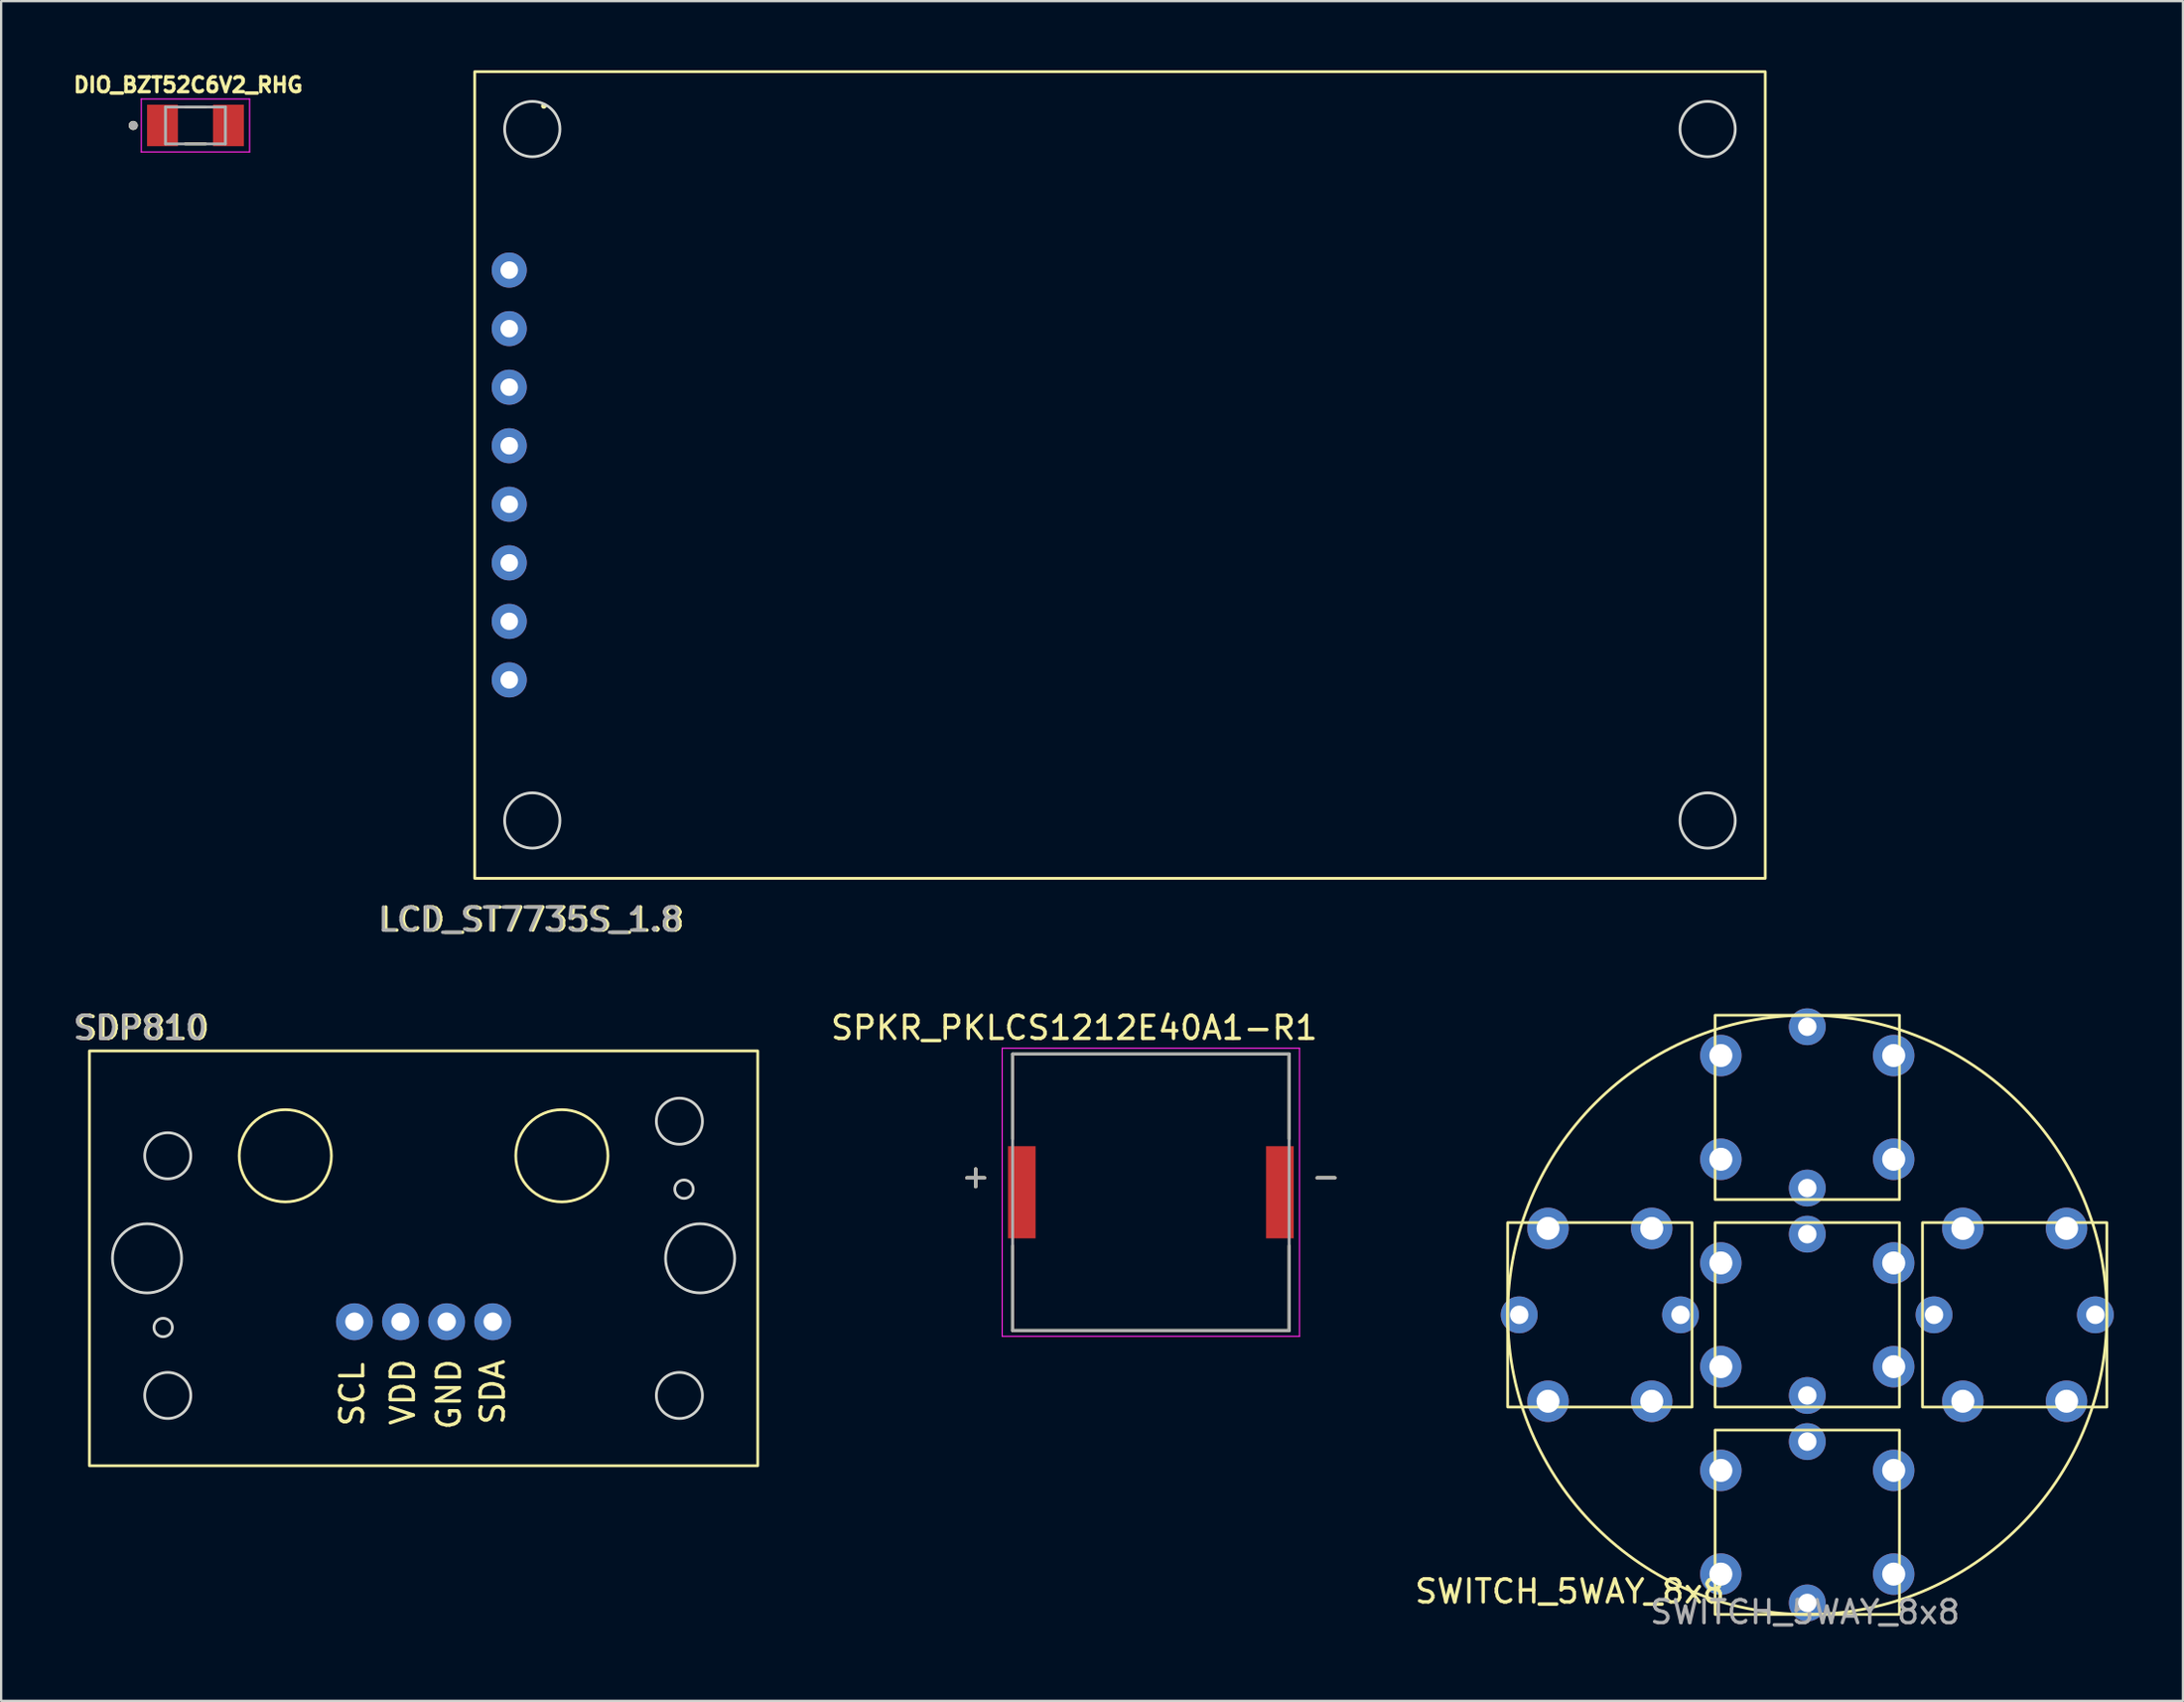
<source format=kicad_pcb>
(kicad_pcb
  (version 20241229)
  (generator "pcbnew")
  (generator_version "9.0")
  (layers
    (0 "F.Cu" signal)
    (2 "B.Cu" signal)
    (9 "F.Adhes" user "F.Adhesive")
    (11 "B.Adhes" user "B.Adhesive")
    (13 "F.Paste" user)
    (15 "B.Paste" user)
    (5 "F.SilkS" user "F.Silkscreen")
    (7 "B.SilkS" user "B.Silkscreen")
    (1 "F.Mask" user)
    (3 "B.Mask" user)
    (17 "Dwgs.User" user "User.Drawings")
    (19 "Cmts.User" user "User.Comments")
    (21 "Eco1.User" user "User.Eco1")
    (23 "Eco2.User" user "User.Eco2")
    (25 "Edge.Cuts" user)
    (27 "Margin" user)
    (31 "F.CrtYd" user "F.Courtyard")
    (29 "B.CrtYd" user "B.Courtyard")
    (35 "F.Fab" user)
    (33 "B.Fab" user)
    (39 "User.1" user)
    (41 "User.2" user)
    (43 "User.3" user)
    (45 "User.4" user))
  (footprint "SDP810"
    (layer "F.Cu")
    (at 15.33 51.547)
    (property "Reference" "SDP810" (at -12.2 -10 0) (unlocked yes) (layer "F.SilkS") (effects (font (size 1 1) (thickness 0.15))))
    (attr through_hole)
    (fp_rect (start -14.5 -9) (end 14.5 9) (stroke (width 0.12) (type solid)) (fill no) (layer "F.SilkS"))
    (fp_circle (center -6 -4.45) (end -4 -4.45) (stroke (width 0.12) (type solid)) (fill no) (layer "F.SilkS"))
    (fp_circle (center 6 -4.45) (end 8 -4.45) (stroke (width 0.12) (type solid)) (fill no) (layer "F.SilkS"))
    (fp_circle (center -12 0) (end -10.5 0) (stroke (width 0.12) (type solid)) (fill no) (layer "Edge.Cuts"))
    (fp_circle (center -11.3 3) (end -10.9 3) (stroke (width 0.12) (type solid)) (fill no) (layer "Edge.Cuts"))
    (fp_circle (center -11.1 -4.45) (end -10.1 -4.45) (stroke (width 0.12) (type solid)) (fill no) (layer "Edge.Cuts"))
    (fp_circle (center -11.1 5.95) (end -10.1 5.95) (stroke (width 0.12) (type solid)) (fill no) (layer "Edge.Cuts"))
    (fp_circle (center 11.1 -5.95) (end 12.1 -5.95) (stroke (width 0.12) (type solid)) (fill no) (layer "Edge.Cuts"))
    (fp_circle (center 11.1 5.95) (end 12.1 5.95) (stroke (width 0.12) (type solid)) (fill no) (layer "Edge.Cuts"))
    (fp_circle (center 11.3 -3) (end 11.7 -3) (stroke (width 0.12) (type solid)) (fill no) (layer "Edge.Cuts"))
    (fp_circle (center 12 0) (end 13.5 0) (stroke (width 0.12) (type solid)) (fill no) (layer "Edge.Cuts"))
    (fp_text user "SCL" (at -3.1 5.9 90) (unlocked yes) (layer "F.SilkS") (effects (font (size 1 1) (thickness 0.15))))
    (fp_text user "SDA" (at 3 5.8 90) (unlocked yes) (layer "F.SilkS") (effects (font (size 1 1) (thickness 0.15))))
    (fp_text user "GND" (at 1.1 5.9 90) (unlocked yes) (layer "F.SilkS") (effects (font (size 1 1) (thickness 0.15))))
    (fp_text user "VDD" (at -0.9 5.8 90) (unlocked yes) (layer "F.SilkS") (effects (font (size 1 1) (thickness 0.15))))
    (fp_text user "${REFERENCE}" (at -12.3 -10 0) (unlocked yes) (layer "F.Fab") (effects (font (size 1 1) (thickness 0.15))))
    (pad "1" thru_hole circle (at -3 2.75) (size 1.6 1.6) (drill 0.8) (layers "*.Cu" "*.Mask"))
    (pad "2" thru_hole circle (at -1 2.75) (size 1.6 1.6) (drill 0.8) (layers "*.Cu" "*.Mask"))
    (pad "3" thru_hole circle (at 1 2.75) (size 1.6 1.6) (drill 0.8) (layers "*.Cu" "*.Mask"))
    (pad "4" thru_hole circle (at 3 2.75) (size 1.6 1.6) (drill 0.8) (layers "*.Cu" "*.Mask")))
  (footprint "SPKR_PKLCS1212E40A1-R1"
    (layer "F.Cu")
    (at 46.887 48.681)
    (property "Reference" "SPKR_PKLCS1212E40A1-R1" (at -3.325 -7.135 0) (layer "F.SilkS") (effects (font (size 1 1) (thickness 0.15))))
    (attr smd)
    (fp_line (start -6 -6) (end -6 -2.32) (stroke (width 0.127) (type solid)) (layer "F.SilkS"))
    (fp_line (start -6 -6) (end 6 -6) (stroke (width 0.127) (type solid)) (layer "F.SilkS"))
    (fp_line (start -6 6) (end -6 2.32) (stroke (width 0.127) (type solid)) (layer "F.SilkS"))
    (fp_line (start -6 6) (end 6 6) (stroke (width 0.127) (type solid)) (layer "F.SilkS"))
    (fp_line (start 6 -6) (end 6 -2.32) (stroke (width 0.127) (type solid)) (layer "F.SilkS"))
    (fp_line (start 6 6) (end 6 2.32) (stroke (width 0.127) (type solid)) (layer "F.SilkS"))
    (fp_line (start -6.45 -6.25) (end 6.45 -6.25) (stroke (width 0.05) (type solid)) (layer "F.CrtYd"))
    (fp_line (start -6.45 6.25) (end -6.45 -6.25) (stroke (width 0.05) (type solid)) (layer "F.CrtYd"))
    (fp_line (start 6.45 -6.25) (end 6.45 6.25) (stroke (width 0.05) (type solid)) (layer "F.CrtYd"))
    (fp_line (start 6.45 6.25) (end -6.45 6.25) (stroke (width 0.05) (type solid)) (layer "F.CrtYd"))
    (fp_line (start -6 -6) (end 6 -6) (stroke (width 0.127) (type solid)) (layer "F.Fab"))
    (fp_line (start -6 6) (end -6 -6) (stroke (width 0.127) (type solid)) (layer "F.Fab"))
    (fp_line (start 6 -6) (end 6 6) (stroke (width 0.127) (type solid)) (layer "F.Fab"))
    (fp_line (start 6 6) (end -6 6) (stroke (width 0.127) (type solid)) (layer "F.Fab"))
    (fp_text user "+" (at -7.6 -0.7 0) (layer "F.SilkS") (effects (font (size 1 1) (thickness 0.15))))
    (fp_text user "-" (at 7.6 -0.7 0) (layer "F.SilkS") (effects (font (size 1 1) (thickness 0.15))))
    (fp_text user "-" (at 7.6 -0.7 0) (layer "F.Fab") (effects (font (size 1 1) (thickness 0.15))))
    (fp_text user "+" (at -7.6 -0.7 0) (layer "F.Fab") (effects (font (size 1 1) (thickness 0.15))))
    (pad "N" smd rect (at 5.6 0) (size 1.2 4) (layers "F.Cu" "F.Mask" "F.Paste"))
    (pad "P" smd rect (at -5.6 0) (size 1.2 4) (layers "F.Cu" "F.Mask" "F.Paste")))
  (footprint "DIO_BZT52C6V2_RHG"
    (layer "F.Cu")
    (at 5.431 2.394)
    (property "Reference" "DIO_BZT52C6V2_RHG" (at -0.318 -1.756 0) (layer "F.SilkS") (effects (font (size 0.64 0.64) (thickness 0.15))))
    (attr smd)
    (fp_line (start -0.44 0.8) (end 0.44 0.8) (stroke (width 0.127) (type solid)) (layer "F.SilkS"))
    (fp_line (start 0.44 -0.8) (end -0.44 -0.8) (stroke (width 0.127) (type solid)) (layer "F.SilkS"))
    (fp_circle (center -2.7 0) (end -2.6 0) (stroke (width 0.2) (type solid)) (fill no) (layer "F.SilkS"))
    (fp_line (start -2.35 -1.15) (end -2.35 1.15) (stroke (width 0.05) (type solid)) (layer "F.CrtYd"))
    (fp_line (start -2.35 1.15) (end 2.35 1.15) (stroke (width 0.05) (type solid)) (layer "F.CrtYd"))
    (fp_line (start 2.35 -1.15) (end -2.35 -1.15) (stroke (width 0.05) (type solid)) (layer "F.CrtYd"))
    (fp_line (start 2.35 1.15) (end 2.35 -1.15) (stroke (width 0.05) (type solid)) (layer "F.CrtYd"))
    (fp_line (start -1.3 -0.8) (end -1.3 0.8) (stroke (width 0.127) (type solid)) (layer "F.Fab"))
    (fp_line (start -1.3 0.8) (end 1.3 0.8) (stroke (width 0.127) (type solid)) (layer "F.Fab"))
    (fp_line (start 1.3 -0.8) (end -1.3 -0.8) (stroke (width 0.127) (type solid)) (layer "F.Fab"))
    (fp_line (start 1.3 0.8) (end 1.3 -0.8) (stroke (width 0.127) (type solid)) (layer "F.Fab"))
    (fp_circle (center -2.7 0) (end -2.6 0) (stroke (width 0.2) (type solid)) (fill no) (layer "F.Fab"))
    (pad "A" smd rect (at 1.43 0) (size 1.34 1.8) (layers "F.Cu" "F.Mask" "F.Paste"))
    (pad "C" smd rect (at -1.43 0) (size 1.34 1.8) (layers "F.Cu" "F.Mask" "F.Paste")))
  (footprint "LCD_ST7735S_1.8"
    (layer "F.Cu")
    (at 19.047 26.45)
    (property "Reference" "LCD_ST7735S_1.8" (at 1 10.4 0) (unlocked yes) (layer "F.SilkS") (effects (font (size 1 1) (thickness 0.15))))
    (attr through_hole)
    (fp_rect (start -1.5 -26.39) (end 54.5 8.61) (stroke (width 0.12) (type solid)) (fill no) (layer "F.SilkS"))
    (fp_circle (center 1.5 -24.9) (end 1.5 -24.9) (stroke (width 0.12) (type default)) (fill no) (layer "F.SilkS"))
    (fp_circle (center 1 -23.9) (end 2.2 -23.9) (stroke (width 0.12) (type default)) (fill no) (layer "Edge.Cuts"))
    (fp_circle (center 1 6.1) (end 2.2 6.1) (stroke (width 0.12) (type default)) (fill no) (layer "Edge.Cuts"))
    (fp_circle (center 52 -23.9) (end 53.2 -23.9) (stroke (width 0.12) (type default)) (fill no) (layer "Edge.Cuts"))
    (fp_circle (center 52 6.1) (end 53.2 6.1) (stroke (width 0.12) (type default)) (fill no) (layer "Edge.Cuts"))
    (fp_text user "${REFERENCE}" (at 0.9 10.4 0) (unlocked yes) (layer "F.Fab") (effects (font (size 1 1) (thickness 0.15))))
    (pad "1" thru_hole circle (at 0 0) (size 1.524 1.524) (drill 0.762) (layers "*.Cu" "*.Mask"))
    (pad "2" thru_hole circle (at 0 -2.54) (size 1.524 1.524) (drill 0.762) (layers "*.Cu" "*.Mask"))
    (pad "3" thru_hole circle (at 0 -5.08) (size 1.524 1.524) (drill 0.762) (layers "*.Cu" "*.Mask"))
    (pad "4" thru_hole circle (at 0 -7.62) (size 1.524 1.524) (drill 0.762) (layers "*.Cu" "*.Mask"))
    (pad "5" thru_hole circle (at 0 -10.16) (size 1.524 1.524) (drill 0.762) (layers "*.Cu" "*.Mask"))
    (pad "6" thru_hole circle (at 0 -12.7) (size 1.524 1.524) (drill 0.762) (layers "*.Cu" "*.Mask"))
    (pad "7" thru_hole circle (at 0 -15.24) (size 1.524 1.524) (drill 0.762) (layers "*.Cu" "*.Mask"))
    (pad "8" thru_hole circle (at 0 -17.78) (size 1.524 1.524) (drill 0.762) (layers "*.Cu" "*.Mask")))
  (footprint "SWITCH_5WAY_8x8"
    (layer "F.Cu")
    (at 75.371 53.998)
    (property "Reference" "SWITCH_5WAY_8x8" (at -10.3 12 0) (unlocked yes) (layer "F.SilkS") (effects (font (size 1 1) (thickness 0.15))))
    (attr through_hole)
    (fp_rect (start -5 -4) (end -13 4) (stroke (width 0.12) (type solid)) (fill no) (layer "F.SilkS"))
    (fp_rect (start -4 -13) (end 4 -5) (stroke (width 0.12) (type solid)) (fill no) (layer "F.SilkS"))
    (fp_rect (start -4 -4) (end 4 4) (stroke (width 0.12) (type solid)) (fill no) (layer "F.SilkS"))
    (fp_rect (start -4 5) (end 4 13) (stroke (width 0.12) (type solid)) (fill no) (layer "F.SilkS"))
    (fp_rect (start 13 -4) (end 5 4) (stroke (width 0.12) (type solid)) (fill no) (layer "F.SilkS"))
    (fp_circle (center 0 0) (end 13 0) (stroke (width 0.12) (type solid)) (fill no) (layer "F.SilkS"))
    (fp_text user "${REFERENCE}" (at -0.1 12.9 0) (unlocked yes) (layer "F.Fab") (effects (font (size 1 1) (thickness 0.15))))
    (pad "1" thru_hole circle (at -5.5 0 270) (size 1.6 1.6) (drill 0.8) (layers "*.Cu" "*.Mask"))
    (pad "1" thru_hole circle (at 0 -12.5) (size 1.6 1.6) (drill 0.8) (layers "*.Cu" "*.Mask"))
    (pad "1" thru_hole circle (at 0 -3.5) (size 1.6 1.6) (drill 0.8) (layers "*.Cu" "*.Mask"))
    (pad "1" thru_hole circle (at 0 5.5) (size 1.6 1.6) (drill 0.8) (layers "*.Cu" "*.Mask"))
    (pad "1" thru_hole circle (at 12.5 0 270) (size 1.6 1.6) (drill 0.8) (layers "*.Cu" "*.Mask"))
    (pad "2" thru_hole circle (at -11.25 -3.75 270) (size 1.8 1.8) (drill 1) (layers "*.Cu" "*.Mask"))
    (pad "2" thru_hole circle (at -11.25 3.75 270) (size 1.8 1.8) (drill 1) (layers "*.Cu" "*.Mask"))
    (pad "2" thru_hole circle (at -3.75 -11.25) (size 1.8 1.8) (drill 1) (layers "*.Cu" "*.Mask"))
    (pad "2" thru_hole circle (at -3.75 2.25) (size 1.8 1.8) (drill 1) (layers "*.Cu" "*.Mask"))
    (pad "2" thru_hole circle (at -3.75 11.25) (size 1.8 1.8) (drill 1) (layers "*.Cu" "*.Mask"))
    (pad "2" thru_hole circle (at 3.75 -11.25) (size 1.8 1.8) (drill 1) (layers "*.Cu" "*.Mask"))
    (pad "2" thru_hole circle (at 3.75 2.25) (size 1.8 1.8) (drill 1) (layers "*.Cu" "*.Mask"))
    (pad "2" thru_hole circle (at 3.75 11.25) (size 1.8 1.8) (drill 1) (layers "*.Cu" "*.Mask"))
    (pad "2" thru_hole circle (at 11.25 -3.75 270) (size 1.8 1.8) (drill 1) (layers "*.Cu" "*.Mask"))
    (pad "2" thru_hole circle (at 11.25 3.75 270) (size 1.8 1.8) (drill 1) (layers "*.Cu" "*.Mask"))
    (pad "3" thru_hole circle (at 0 3.5) (size 1.6 1.6) (drill 0.8) (layers "*.Cu" "*.Mask"))
    (pad "4" thru_hole circle (at -3.75 -2.25) (size 1.8 1.8) (drill 1) (layers "*.Cu" "*.Mask"))
    (pad "4" thru_hole circle (at 3.75 -2.25) (size 1.8 1.8) (drill 1) (layers "*.Cu" "*.Mask"))
    (pad "5" thru_hole circle (at 0 -5.5) (size 1.6 1.6) (drill 0.8) (layers "*.Cu" "*.Mask"))
    (pad "6" thru_hole circle (at -3.75 -6.75) (size 1.8 1.8) (drill 1) (layers "*.Cu" "*.Mask"))
    (pad "6" thru_hole circle (at 3.75 -6.75) (size 1.8 1.8) (drill 1) (layers "*.Cu" "*.Mask"))
    (pad "7" thru_hole circle (at 5.5 0 270) (size 1.6 1.6) (drill 0.8) (layers "*.Cu" "*.Mask"))
    (pad "8" thru_hole circle (at 6.75 -3.75 270) (size 1.8 1.8) (drill 1) (layers "*.Cu" "*.Mask"))
    (pad "8" thru_hole circle (at 6.75 3.75 270) (size 1.8 1.8) (drill 1) (layers "*.Cu" "*.Mask"))
    (pad "9" thru_hole circle (at 0 12.5) (size 1.6 1.6) (drill 0.8) (layers "*.Cu" "*.Mask"))
    (pad "10" thru_hole circle (at -3.75 6.75) (size 1.8 1.8) (drill 1) (layers "*.Cu" "*.Mask"))
    (pad "10" thru_hole circle (at 3.75 6.75) (size 1.8 1.8) (drill 1) (layers "*.Cu" "*.Mask"))
    (pad "11" thru_hole circle (at -12.5 0 270) (size 1.6 1.6) (drill 0.8) (layers "*.Cu" "*.Mask"))
    (pad "12" thru_hole circle (at -6.75 -3.75 270) (size 1.8 1.8) (drill 1) (layers "*.Cu" "*.Mask"))
    (pad "12" thru_hole circle (at -6.75 3.75 270) (size 1.8 1.8) (drill 1) (layers "*.Cu" "*.Mask")))
  (gr_rect
    (start -3 -3)
    (end 91.671 70.746)
    (stroke (width 0.1) (type default))
    (fill no)
    (layer "Edge.Cuts")))
</source>
